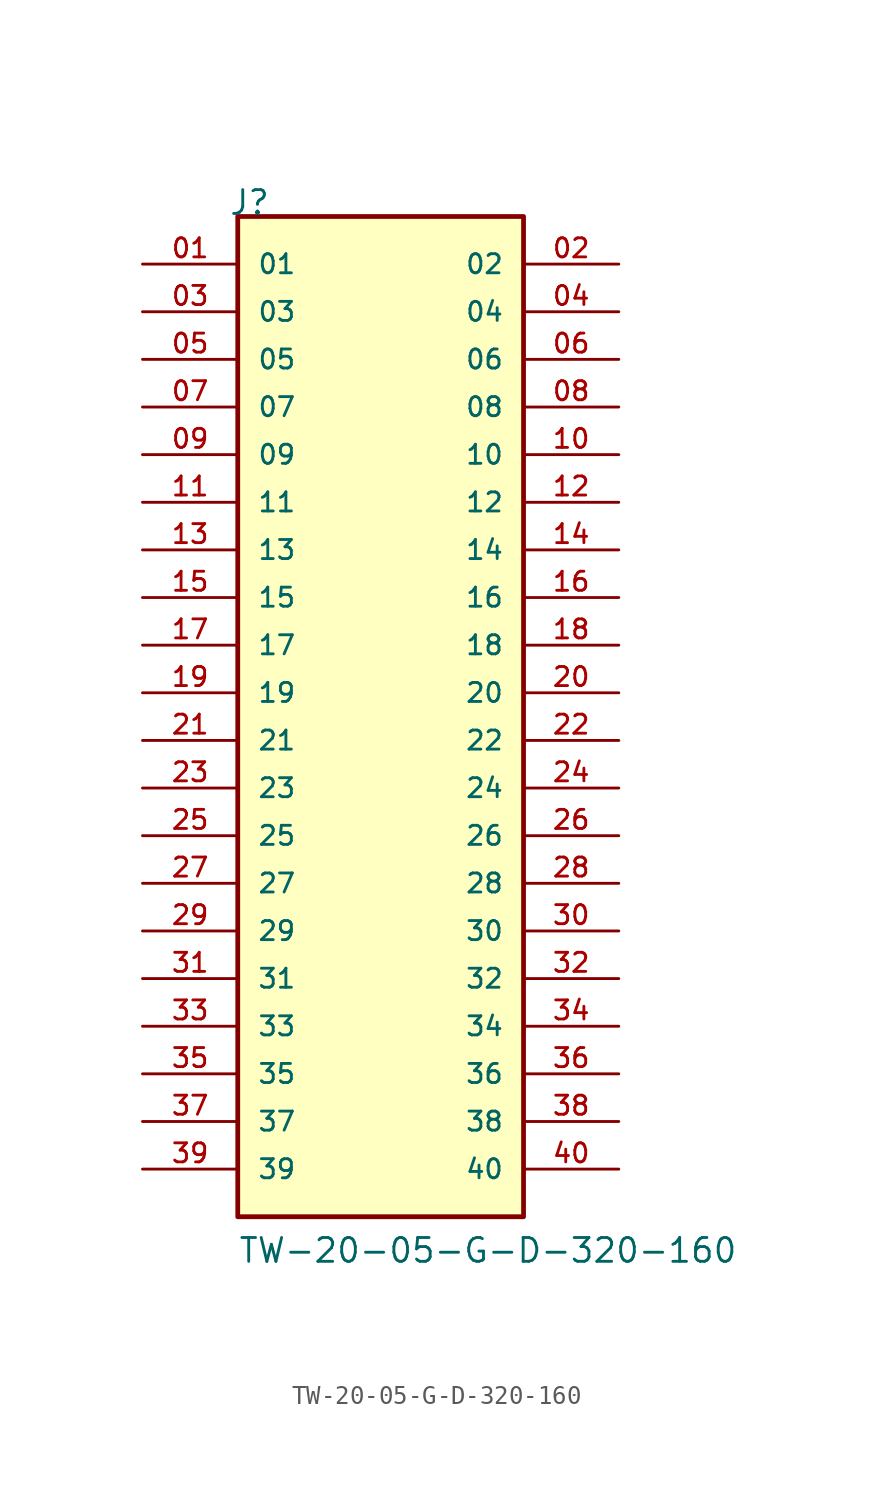
<source format=kicad_sym>
(kicad_symbol_lib
  (version 20211014)
  (generator kicad_symbol_editor)
  (symbol "TW-20-05-G-D-320-160"
    (pin_names
      (offset 1.016))
    (property "Reference" "J"
      (at -8.12 27.94 0)
      (effects (font (size 1.27 1.27)) (justify bottom left)))
    (property "Value" "TW-20-05-G-D-320-160"
      (at -7.62 -27.94 0)
      (effects (font (size 1.27 1.27)) (justify bottom left)))
    (symbol "TW-20-05-G-D-320-160_0_0"
      (rectangle (start -7.62 -25.4) (end 7.62 27.94) (stroke (width 0.254)) (fill (type background)))
      (pin passive line (at -12.7 25.4 0) (length 5.08) (name "01" (effects (font (size 1.016 1.016)))) (number "01" (effects (font (size 1.016 1.016)))))
      (pin passive line (at 12.7 25.4 180.0) (length 5.08) (name "02" (effects (font (size 1.016 1.016)))) (number "02" (effects (font (size 1.016 1.016)))))
      (pin passive line (at -12.7 22.86 0) (length 5.08) (name "03" (effects (font (size 1.016 1.016)))) (number "03" (effects (font (size 1.016 1.016)))))
      (pin passive line (at 12.7 22.86 180.0) (length 5.08) (name "04" (effects (font (size 1.016 1.016)))) (number "04" (effects (font (size 1.016 1.016)))))
      (pin passive line (at -12.7 20.32 0) (length 5.08) (name "05" (effects (font (size 1.016 1.016)))) (number "05" (effects (font (size 1.016 1.016)))))
      (pin passive line (at 12.7 20.32 180.0) (length 5.08) (name "06" (effects (font (size 1.016 1.016)))) (number "06" (effects (font (size 1.016 1.016)))))
      (pin passive line (at -12.7 17.78 0) (length 5.08) (name "07" (effects (font (size 1.016 1.016)))) (number "07" (effects (font (size 1.016 1.016)))))
      (pin passive line (at 12.7 17.78 180.0) (length 5.08) (name "08" (effects (font (size 1.016 1.016)))) (number "08" (effects (font (size 1.016 1.016)))))
      (pin passive line (at -12.7 15.24 0) (length 5.08) (name "09" (effects (font (size 1.016 1.016)))) (number "09" (effects (font (size 1.016 1.016)))))
      (pin passive line (at 12.7 15.24 180.0) (length 5.08) (name "10" (effects (font (size 1.016 1.016)))) (number "10" (effects (font (size 1.016 1.016)))))
      (pin passive line (at -12.7 12.7 0) (length 5.08) (name "11" (effects (font (size 1.016 1.016)))) (number "11" (effects (font (size 1.016 1.016)))))
      (pin passive line (at 12.7 12.7 180.0) (length 5.08) (name "12" (effects (font (size 1.016 1.016)))) (number "12" (effects (font (size 1.016 1.016)))))
      (pin passive line (at -12.7 10.16 0) (length 5.08) (name "13" (effects (font (size 1.016 1.016)))) (number "13" (effects (font (size 1.016 1.016)))))
      (pin passive line (at 12.7 10.16 180.0) (length 5.08) (name "14" (effects (font (size 1.016 1.016)))) (number "14" (effects (font (size 1.016 1.016)))))
      (pin passive line (at -12.7 7.62 0) (length 5.08) (name "15" (effects (font (size 1.016 1.016)))) (number "15" (effects (font (size 1.016 1.016)))))
      (pin passive line (at 12.7 7.62 180.0) (length 5.08) (name "16" (effects (font (size 1.016 1.016)))) (number "16" (effects (font (size 1.016 1.016)))))
      (pin passive line (at -12.7 5.08 0) (length 5.08) (name "17" (effects (font (size 1.016 1.016)))) (number "17" (effects (font (size 1.016 1.016)))))
      (pin passive line (at 12.7 5.08 180.0) (length 5.08) (name "18" (effects (font (size 1.016 1.016)))) (number "18" (effects (font (size 1.016 1.016)))))
      (pin passive line (at -12.7 2.54 0) (length 5.08) (name "19" (effects (font (size 1.016 1.016)))) (number "19" (effects (font (size 1.016 1.016)))))
      (pin passive line (at 12.7 2.54 180.0) (length 5.08) (name "20" (effects (font (size 1.016 1.016)))) (number "20" (effects (font (size 1.016 1.016)))))
      (pin passive line (at -12.7 0.0 0) (length 5.08) (name "21" (effects (font (size 1.016 1.016)))) (number "21" (effects (font (size 1.016 1.016)))))
      (pin passive line (at 12.7 0.0 180.0) (length 5.08) (name "22" (effects (font (size 1.016 1.016)))) (number "22" (effects (font (size 1.016 1.016)))))
      (pin passive line (at -12.7 -2.54 0) (length 5.08) (name "23" (effects (font (size 1.016 1.016)))) (number "23" (effects (font (size 1.016 1.016)))))
      (pin passive line (at 12.7 -2.54 180.0) (length 5.08) (name "24" (effects (font (size 1.016 1.016)))) (number "24" (effects (font (size 1.016 1.016)))))
      (pin passive line (at -12.7 -5.08 0) (length 5.08) (name "25" (effects (font (size 1.016 1.016)))) (number "25" (effects (font (size 1.016 1.016)))))
      (pin passive line (at 12.7 -5.08 180.0) (length 5.08) (name "26" (effects (font (size 1.016 1.016)))) (number "26" (effects (font (size 1.016 1.016)))))
      (pin passive line (at -12.7 -7.62 0) (length 5.08) (name "27" (effects (font (size 1.016 1.016)))) (number "27" (effects (font (size 1.016 1.016)))))
      (pin passive line (at 12.7 -7.62 180.0) (length 5.08) (name "28" (effects (font (size 1.016 1.016)))) (number "28" (effects (font (size 1.016 1.016)))))
      (pin passive line (at -12.7 -10.16 0) (length 5.08) (name "29" (effects (font (size 1.016 1.016)))) (number "29" (effects (font (size 1.016 1.016)))))
      (pin passive line (at 12.7 -10.16 180.0) (length 5.08) (name "30" (effects (font (size 1.016 1.016)))) (number "30" (effects (font (size 1.016 1.016)))))
      (pin passive line (at -12.7 -12.7 0) (length 5.08) (name "31" (effects (font (size 1.016 1.016)))) (number "31" (effects (font (size 1.016 1.016)))))
      (pin passive line (at 12.7 -12.7 180.0) (length 5.08) (name "32" (effects (font (size 1.016 1.016)))) (number "32" (effects (font (size 1.016 1.016)))))
      (pin passive line (at -12.7 -15.24 0) (length 5.08) (name "33" (effects (font (size 1.016 1.016)))) (number "33" (effects (font (size 1.016 1.016)))))
      (pin passive line (at 12.7 -15.24 180.0) (length 5.08) (name "34" (effects (font (size 1.016 1.016)))) (number "34" (effects (font (size 1.016 1.016)))))
      (pin passive line (at -12.7 -17.78 0) (length 5.08) (name "35" (effects (font (size 1.016 1.016)))) (number "35" (effects (font (size 1.016 1.016)))))
      (pin passive line (at 12.7 -17.78 180.0) (length 5.08) (name "36" (effects (font (size 1.016 1.016)))) (number "36" (effects (font (size 1.016 1.016)))))
      (pin passive line (at -12.7 -20.32 0) (length 5.08) (name "37" (effects (font (size 1.016 1.016)))) (number "37" (effects (font (size 1.016 1.016)))))
      (pin passive line (at 12.7 -20.32 180.0) (length 5.08) (name "38" (effects (font (size 1.016 1.016)))) (number "38" (effects (font (size 1.016 1.016)))))
      (pin passive line (at -12.7 -22.86 0) (length 5.08) (name "39" (effects (font (size 1.016 1.016)))) (number "39" (effects (font (size 1.016 1.016)))))
      (pin passive line (at 12.7 -22.86 180.0) (length 5.08) (name "40" (effects (font (size 1.016 1.016)))) (number "40" (effects (font (size 1.016 1.016))))))))
</source>
